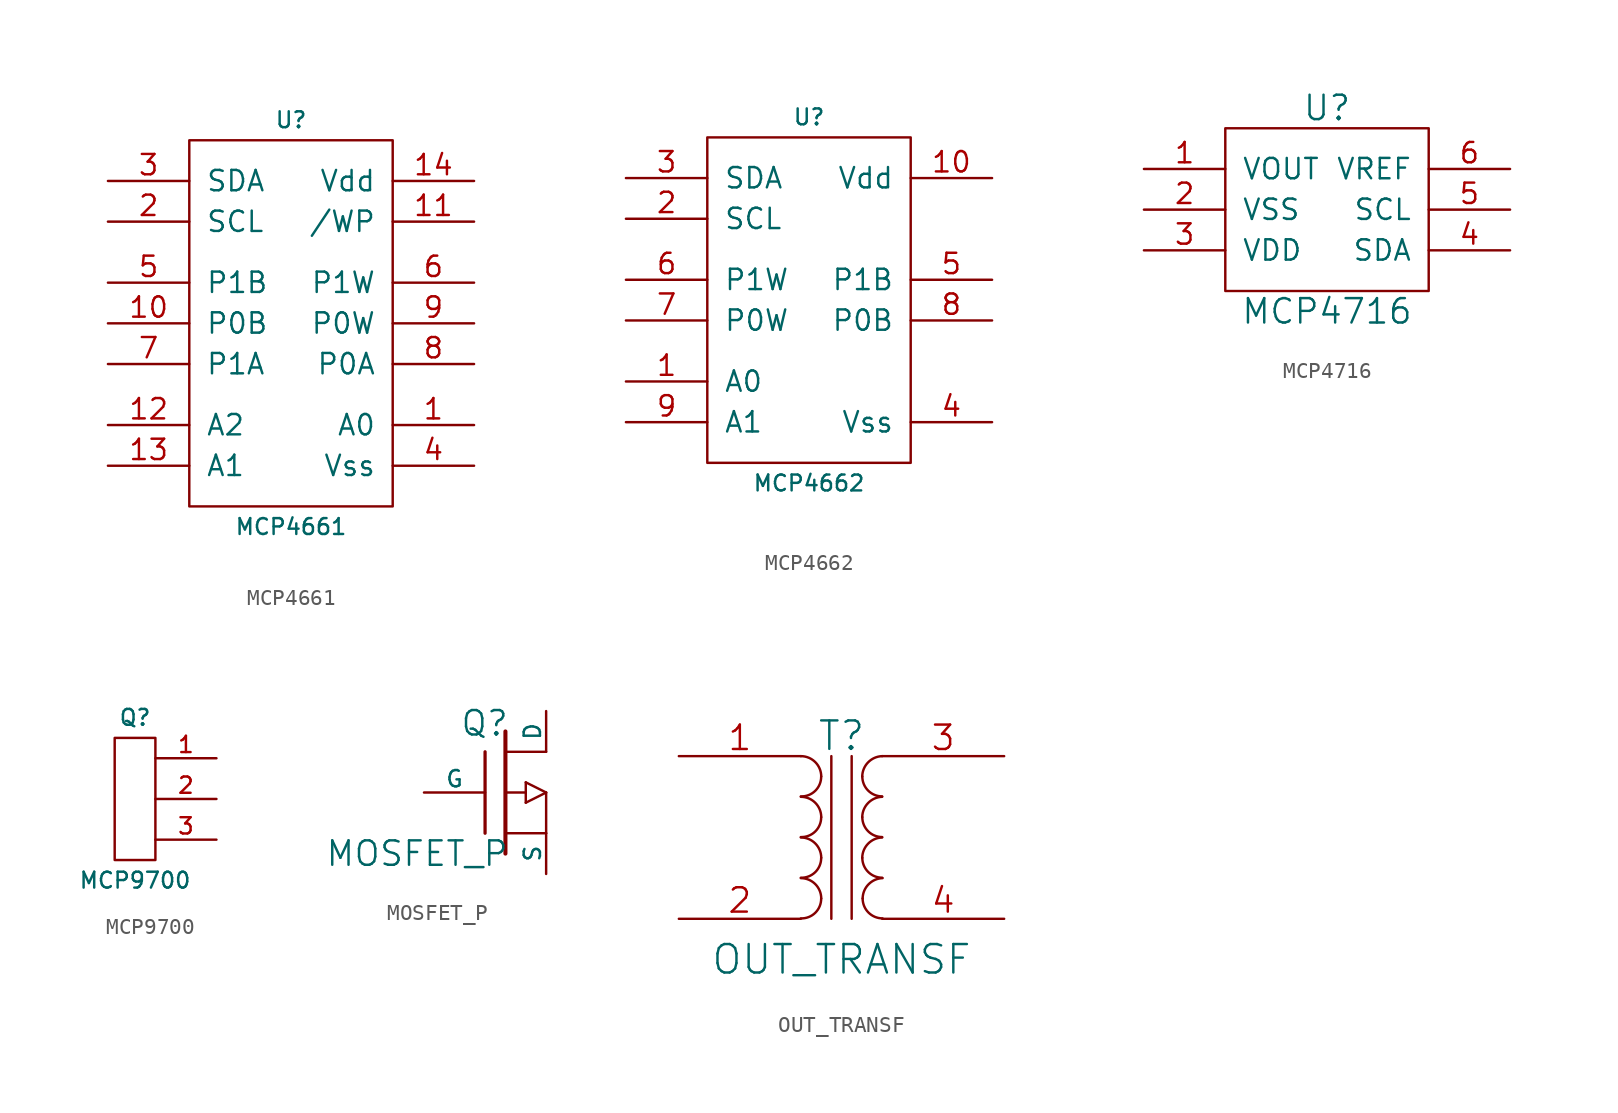
<source format=kicad_sym>
(kicad_symbol_lib
  (version 20210619)
  (generator kicad_symbol_editor)
  (symbol "hermeslite:MCP4661"
    (pin_names
      (offset 1.016))
    (property "Reference" "U"
      (at 6.35 24.13 0)
      (effects (font (size 0.991 0.991))))
    (property "Value" "MCP4661"
      (at 6.35 -1.27 0)
      (effects (font (size 0.991 0.991))))
    (property "Footprint" ""
      (at 0 0 0)
      (effects (font (size 0.991 0.991))))
    (property "Datasheet" ""
      (at 0 0 0)
      (effects (font (size 0.991 0.991))))
    (symbol "MCP4661_0_1"
      (rectangle (start 12.7 0) (end 0 22.86) (stroke (width 0)) (fill (type none))))
    (symbol "MCP4661_1_1"
      (pin input line (at 17.78 5.08 180) (length 5.08) (name "A0" (effects (font (size 1.27 1.27)))) (number "1" (effects (font (size 1.27 1.27)))))
      (pin input line (at -5.08 11.43 0) (length 5.08) (name "P0B" (effects (font (size 1.27 1.27)))) (number "10" (effects (font (size 1.27 1.27)))))
      (pin power_in line (at 17.78 17.78 180) (length 5.08) (name "/WP" (effects (font (size 1.27 1.27)))) (number "11" (effects (font (size 1.27 1.27)))))
      (pin input line (at -5.08 5.08 0) (length 5.08) (name "A2" (effects (font (size 1.27 1.27)))) (number "12" (effects (font (size 1.27 1.27)))))
      (pin input line (at -5.08 2.54 0) (length 5.08) (name "A1" (effects (font (size 1.27 1.27)))) (number "13" (effects (font (size 1.27 1.27)))))
      (pin power_in line (at 17.78 20.32 180) (length 5.08) (name "Vdd" (effects (font (size 1.27 1.27)))) (number "14" (effects (font (size 1.27 1.27)))))
      (pin input line (at -5.08 17.78 0) (length 5.08) (name "SCL" (effects (font (size 1.27 1.27)))) (number "2" (effects (font (size 1.27 1.27)))))
      (pin bidirectional line (at -5.08 20.32 0) (length 5.08) (name "SDA" (effects (font (size 1.27 1.27)))) (number "3" (effects (font (size 1.27 1.27)))))
      (pin power_in line (at 17.78 2.54 180) (length 5.08) (name "Vss" (effects (font (size 1.27 1.27)))) (number "4" (effects (font (size 1.27 1.27)))))
      (pin input line (at -5.08 13.97 0) (length 5.08) (name "P1B" (effects (font (size 1.27 1.27)))) (number "5" (effects (font (size 1.27 1.27)))))
      (pin input line (at 17.78 13.97 180) (length 5.08) (name "P1W" (effects (font (size 1.27 1.27)))) (number "6" (effects (font (size 1.27 1.27)))))
      (pin input line (at -5.08 8.89 0) (length 5.08) (name "P1A" (effects (font (size 1.27 1.27)))) (number "7" (effects (font (size 1.27 1.27)))))
      (pin input line (at 17.78 8.89 180) (length 5.08) (name "P0A" (effects (font (size 1.27 1.27)))) (number "8" (effects (font (size 1.27 1.27)))))
      (pin output line (at 17.78 11.43 180) (length 5.08) (name "P0W" (effects (font (size 1.27 1.27)))) (number "9" (effects (font (size 1.27 1.27)))))))
  (symbol "hermeslite:MCP4662"
    (pin_names
      (offset 1.016))
    (property "Reference" "U"
      (at 6.35 24.13 0)
      (effects (font (size 0.991 0.991))))
    (property "Value" "MCP4662"
      (at 6.35 1.27 0)
      (effects (font (size 0.991 0.991))))
    (property "Footprint" ""
      (at 0 0 0)
      (effects (font (size 0.991 0.991))))
    (property "Datasheet" ""
      (at 0 0 0)
      (effects (font (size 0.991 0.991))))
    (symbol "MCP4662_0_1"
      (rectangle (start 12.7 2.54) (end 0 22.86) (stroke (width 0)) (fill (type none))))
    (symbol "MCP4662_1_1"
      (pin input line (at -5.08 7.62 0) (length 5.08) (name "A0" (effects (font (size 1.27 1.27)))) (number "1" (effects (font (size 1.27 1.27)))))
      (pin power_in line (at 17.78 20.32 180) (length 5.08) (name "Vdd" (effects (font (size 1.27 1.27)))) (number "10" (effects (font (size 1.27 1.27)))))
      (pin input line (at -5.08 17.78 0) (length 5.08) (name "SCL" (effects (font (size 1.27 1.27)))) (number "2" (effects (font (size 1.27 1.27)))))
      (pin bidirectional line (at -5.08 20.32 0) (length 5.08) (name "SDA" (effects (font (size 1.27 1.27)))) (number "3" (effects (font (size 1.27 1.27)))))
      (pin power_in line (at 17.78 5.08 180) (length 5.08) (name "Vss" (effects (font (size 1.27 1.27)))) (number "4" (effects (font (size 1.27 1.27)))))
      (pin input line (at 17.78 13.97 180) (length 5.08) (name "P1B" (effects (font (size 1.27 1.27)))) (number "5" (effects (font (size 1.27 1.27)))))
      (pin input line (at -5.08 13.97 0) (length 5.08) (name "P1W" (effects (font (size 1.27 1.27)))) (number "6" (effects (font (size 1.27 1.27)))))
      (pin output line (at -5.08 11.43 0) (length 5.08) (name "P0W" (effects (font (size 1.27 1.27)))) (number "7" (effects (font (size 1.27 1.27)))))
      (pin input line (at 17.78 11.43 180) (length 5.08) (name "P0B" (effects (font (size 1.27 1.27)))) (number "8" (effects (font (size 1.27 1.27)))))
      (pin input line (at -5.08 5.08 0) (length 5.08) (name "A1" (effects (font (size 1.27 1.27)))) (number "9" (effects (font (size 1.27 1.27)))))))
  (symbol "hermeslite:MCP4716"
    (pin_names
      (offset 1.016))
    (property "Reference" "U"
      (at 0 6.35 0)
      (effects (font (size 1.524 1.524))))
    (property "Value" "MCP4716"
      (at 0 -6.35 0)
      (effects (font (size 1.524 1.524))))
    (property "Footprint" ""
      (at 0 0 0)
      (effects (font (size 1.524 1.524))))
    (property "Datasheet" ""
      (at 0 0 0)
      (effects (font (size 1.524 1.524))))
    (symbol "MCP4716_0_1"
      (rectangle (start -6.35 5.08) (end 6.35 -5.08) (stroke (width 0)) (fill (type none))))
    (symbol "MCP4716_1_1"
      (pin output line (at -11.43 2.54 0) (length 5.08) (name "VOUT" (effects (font (size 1.27 1.27)))) (number "1" (effects (font (size 1.27 1.27)))))
      (pin power_in line (at -11.43 0 0) (length 5.08) (name "VSS" (effects (font (size 1.27 1.27)))) (number "2" (effects (font (size 1.27 1.27)))))
      (pin power_in line (at -11.43 -2.54 0) (length 5.08) (name "VDD" (effects (font (size 1.27 1.27)))) (number "3" (effects (font (size 1.27 1.27)))))
      (pin bidirectional line (at 11.43 -2.54 180) (length 5.08) (name "SDA" (effects (font (size 1.27 1.27)))) (number "4" (effects (font (size 1.27 1.27)))))
      (pin input line (at 11.43 0 180) (length 5.08) (name "SCL" (effects (font (size 1.27 1.27)))) (number "5" (effects (font (size 1.27 1.27)))))
      (pin input line (at 11.43 2.54 180) (length 5.08) (name "VREF" (effects (font (size 1.27 1.27)))) (number "6" (effects (font (size 1.27 1.27)))))))
  (symbol "hermeslite:MCP9700"
    (pin_names
      (offset 1.016))
    (property "Reference" "Q"
      (at -1.27 8.89 0)
      (effects (font (size 0.991 0.991))))
    (property "Value" "MCP9700"
      (at -1.27 -1.27 0)
      (effects (font (size 0.991 0.991))))
    (symbol "MCP9700_0_1"
      (rectangle (start -2.54 7.62) (end 0 0) (stroke (width 0)) (fill (type none))))
    (symbol "MCP9700_1_1"
      (pin passive line (at 3.81 6.35 180) (length 3.81) (name "~" (effects (font (size 1.016 1.016)))) (number "1" (effects (font (size 1.016 1.016)))))
      (pin passive line (at 3.81 3.81 180) (length 3.81) (name "~" (effects (font (size 1.016 1.016)))) (number "2" (effects (font (size 1.016 1.016)))))
      (pin passive line (at 3.81 1.27 180) (length 3.81) (name "~" (effects (font (size 1.016 1.016)))) (number "3" (effects (font (size 1.016 1.016)))))))
  (symbol "hermeslite:MOSFET_P"
    (pin_numbers hide)
    (pin_names
      (offset 0))
    (property "Reference" "Q"
      (at 0.254 4.318 0)
      (effects (font (size 1.524 1.524)) (justify right)))
    (property "Value" "MOSFET_P"
      (at 0.254 -3.81 0)
      (effects (font (size 1.524 1.524)) (justify right)))
    (property "Footprint" ""
      (at 0 0 0)
      (effects (font (size 1.524 1.524))))
    (property "Datasheet" ""
      (at 0 0 0)
      (effects (font (size 1.524 1.524))))
    (symbol "MOSFET_P_0_1"
      (polyline (pts (xy -1.27 -2.54) (xy -1.27 2.54)) (stroke (width 0.203)) (fill (type none)))
      (polyline (pts (xy 0 -3.81) (xy 0 3.81)) (stroke (width 0.254)) (fill (type none)))
      (polyline (pts (xy 0 0) (xy 1.27 0)) (stroke (width 0)) (fill (type none)))
      (polyline (pts (xy 1.27 -0.635) (xy 2.54 0)) (stroke (width 0)) (fill (type none)))
      (polyline (pts (xy 1.27 0.635) (xy 1.27 -0.635)) (stroke (width 0)) (fill (type none)))
      (polyline (pts (xy 1.27 0.635) (xy 2.54 0)) (stroke (width 0)) (fill (type none)))
      (polyline (pts (xy 2.54 -2.54) (xy 0 -2.54)) (stroke (width 0)) (fill (type none)))
      (polyline (pts (xy 2.54 0) (xy 2.54 -2.54)) (stroke (width 0)) (fill (type none)))
      (polyline (pts (xy 2.54 2.54) (xy 0 2.54)) (stroke (width 0)) (fill (type none))))
    (symbol "MOSFET_P_1_1"
      (pin input line (at -5.08 0 0) (length 3.81) (name "G" (effects (font (size 1.016 1.016)))) (number "1" (effects (font (size 1.016 1.016)))))
      (pin passive line (at 2.54 -5.08 90) (length 2.54) (name "S" (effects (font (size 1.016 1.016)))) (number "2" (effects (font (size 1.016 1.016)))))
      (pin passive line (at 2.54 5.08 270) (length 2.54) (name "D" (effects (font (size 1.016 1.016)))) (number "3" (effects (font (size 1.016 1.016)))))))
  (symbol "hermeslite:OUT_TRANSF"
    (pin_names
      (offset 1.016) hide)
    (property "Reference" "T"
      (at 0 6.35 0)
      (effects (font (size 1.778 1.778))))
    (property "Value" "OUT_TRANSF"
      (at 0 -7.62 0)
      (effects (font (size 1.778 1.778))))
    (property "Footprint" ""
      (at 0 0 0)
      (effects (font (size 1.524 1.524))))
    (property "Datasheet" ""
      (at 0 0 0)
      (effects (font (size 1.524 1.524))))
    (symbol "OUT_TRANSF_0_1"
      (arc (start -2.54 -2.54) (end -1.27 -3.81) (radius (at -2.54 -3.81) (length 1.27) (angles 89.9 0.1)) (stroke (width 0)) (fill (type none)))
      (arc (start -1.27 -3.81) (end -2.54 -5.0546) (radius (at -2.54 -3.81) (length 1.27) (angles -0.1 -89.9)) (stroke (width 0)) (fill (type none)))
      (arc (start -2.54 0) (end -1.27 -1.27) (radius (at -2.54 -1.27) (length 1.27) (angles 89.9 0.1)) (stroke (width 0)) (fill (type none)))
      (arc (start -1.27 -1.27) (end -2.54 -2.5146) (radius (at -2.54 -1.27) (length 1.27) (angles -0.1 -89.9)) (stroke (width 0)) (fill (type none)))
      (arc (start -2.54 2.54) (end -1.27 1.27) (radius (at -2.54 1.27) (length 1.27) (angles 89.9 0.1)) (stroke (width 0)) (fill (type none)))
      (arc (start -1.27 1.27) (end -2.54 0.0254) (radius (at -2.54 1.27) (length 1.27) (angles -0.1 -89.9)) (stroke (width 0)) (fill (type none)))
      (arc (start -2.54 5.08) (end -1.27 3.81) (radius (at -2.54 3.81) (length 1.27) (angles 89.9 0.1)) (stroke (width 0)) (fill (type none)))
      (arc (start -1.27 3.81) (end -2.54 2.5654) (radius (at -2.54 3.81) (length 1.27) (angles -0.1 -89.9)) (stroke (width 0)) (fill (type none)))
      (arc (start 2.54 0) (end 1.2954 -1.27) (radius (at 2.54 -1.27) (length 1.27) (angles 89.9 -179.9)) (stroke (width 0)) (fill (type none)))
      (arc (start 1.2954 -1.27) (end 2.54 -2.5146) (radius (at 2.54 -1.27) (length 1.27) (angles 179.9 -89.9)) (stroke (width 0)) (fill (type none)))
      (arc (start 2.54 2.54) (end 1.2954 1.27) (radius (at 2.54 1.27) (length 1.27) (angles 89.9 -179.9)) (stroke (width 0)) (fill (type none)))
      (arc (start 1.2954 1.27) (end 2.54 0.0254) (radius (at 2.54 1.27) (length 1.27) (angles 179.9 -89.9)) (stroke (width 0)) (fill (type none)))
      (arc (start 2.54 5.08) (end 1.2954 3.81) (radius (at 2.54 3.81) (length 1.27) (angles 89.9 -179.9)) (stroke (width 0)) (fill (type none)))
      (arc (start 1.2954 3.81) (end 2.54 2.5654) (radius (at 2.54 3.81) (length 1.27) (angles 179.9 -89.9)) (stroke (width 0)) (fill (type none)))
      (arc (start 2.5654 -2.54) (end 1.3208 -3.81) (radius (at 2.5654 -3.81) (length 1.27) (angles 91 -179.9)) (stroke (width 0)) (fill (type none)))
      (arc (start 2.5654 -5.0546) (end 1.3208 -3.81) (radius (at 2.5654 -3.81) (length 1.27) (angles -91.2 -179.9)) (stroke (width 0)) (fill (type none)))
      (polyline (pts (xy -0.635 5.08) (xy -0.635 -5.08)) (stroke (width 0)) (fill (type none)))
      (polyline (pts (xy 0.635 -5.08) (xy 0.635 5.08)) (stroke (width 0)) (fill (type none))))
    (symbol "OUT_TRANSF_1_1"
      (pin passive line (at -10.16 5.08 0) (length 7.62) (name "AA" (effects (font (size 1.524 1.524)))) (number "1" (effects (font (size 1.524 1.524)))))
      (pin passive line (at -10.16 -5.08 0) (length 7.62) (name "AB" (effects (font (size 1.524 1.524)))) (number "2" (effects (font (size 1.524 1.524)))))
      (pin passive line (at 10.16 5.08 180) (length 7.62) (name "SB" (effects (font (size 1.524 1.524)))) (number "3" (effects (font (size 1.524 1.524)))))
      (pin passive line (at 10.16 -5.08 180) (length 7.62) (name "SA" (effects (font (size 1.524 1.524)))) (number "4" (effects (font (size 1.524 1.524))))))))
</source>
